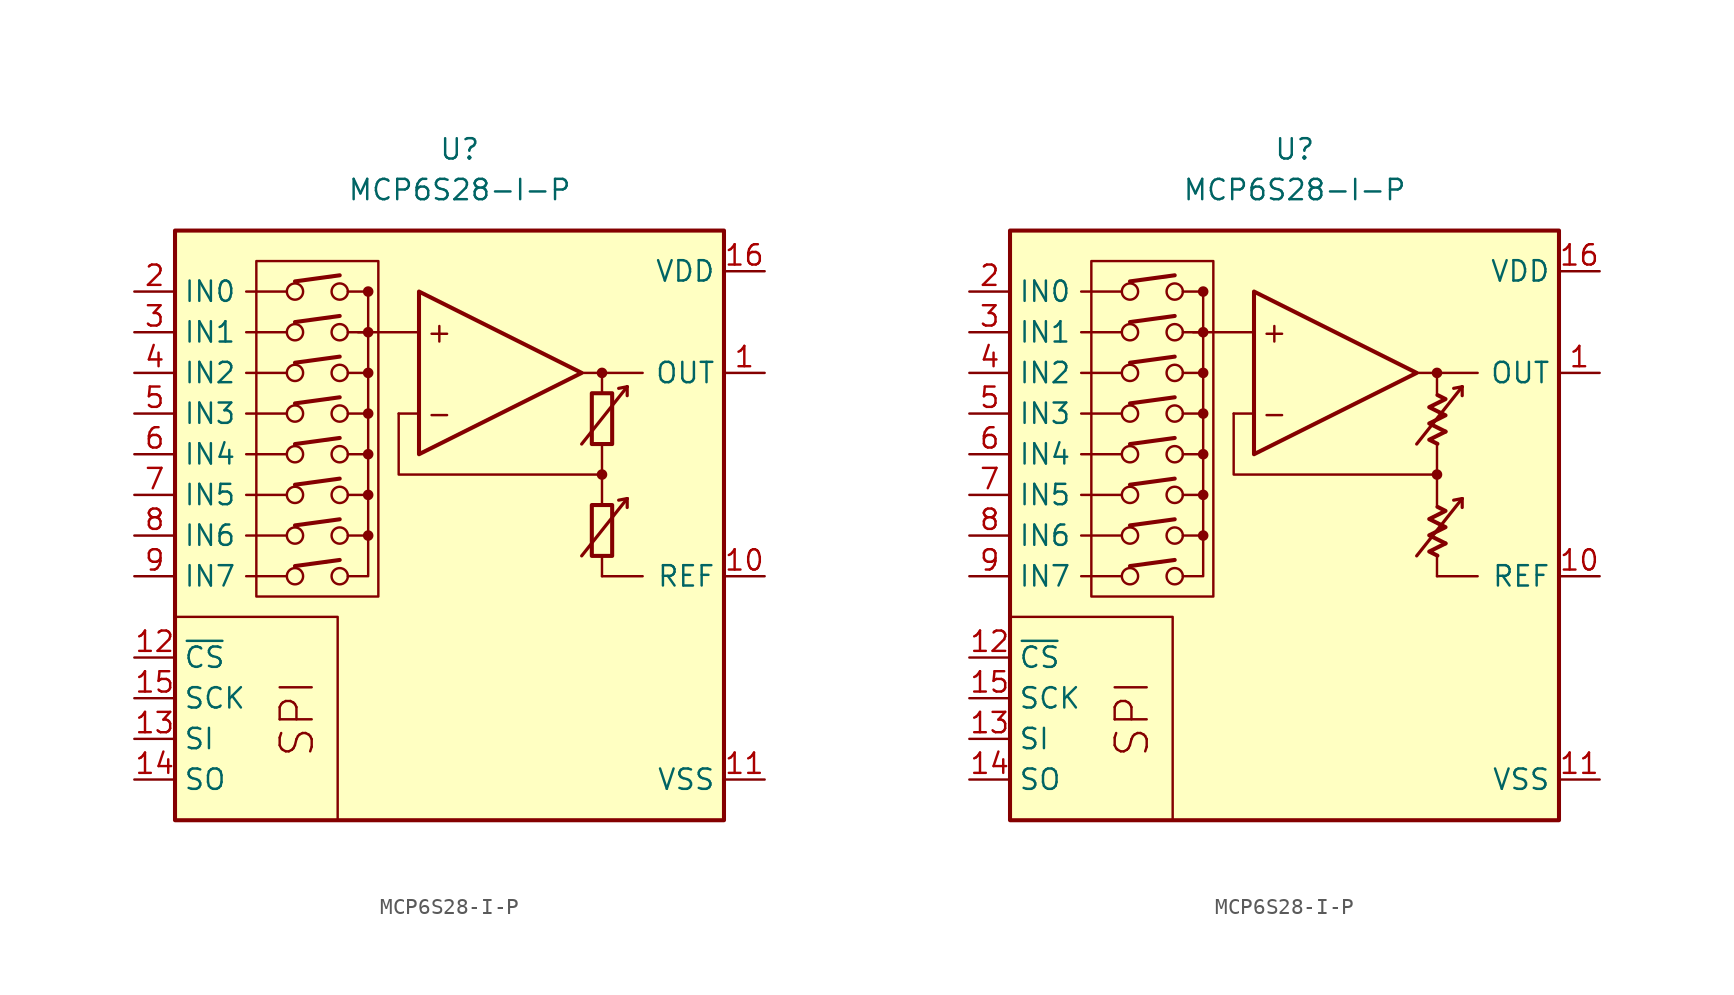
<source format=kicad_sym>
(kicad_symbol_lib
  (version 20231120)
  (generator "kicad_symbol_editor")
  (generator_version "8.0")
  (symbol "MCP6S28-I-P"
    (property "Reference" "U"
      (at 0 19.05 0)
      (effects (font (size 1.27 1.27))))
    (property "Value" "MCP6S28-I-P"
      (at 0 16.51 0)
      (effects (font (size 1.27 1.27))))
    (symbol "MCP6S28-I-P_0_0"
      (rectangle (start -17.78 13.97) (end 16.51 -22.86) (stroke (width 0.254) (type default)) (fill (type background)))
      (rectangle (start -12.7 12.065) (end -5.08 -8.89) (stroke (width 0.152) (type default)) (fill (type none)))
      (circle (center -10.287 -7.62) (radius 0.508) (stroke (width 0) (type default)) (fill (type none)))
      (circle (center -10.287 -5.08) (radius 0.508) (stroke (width 0) (type default)) (fill (type none)))
      (circle (center -10.287 -2.54) (radius 0.508) (stroke (width 0) (type default)) (fill (type none)))
      (circle (center -10.287 0) (radius 0.508) (stroke (width 0) (type default)) (fill (type none)))
      (circle (center -10.287 2.54) (radius 0.508) (stroke (width 0) (type default)) (fill (type none)))
      (circle (center -10.287 5.08) (radius 0.508) (stroke (width 0) (type default)) (fill (type none)))
      (circle (center -10.287 7.62) (radius 0.508) (stroke (width 0) (type default)) (fill (type none)))
      (circle (center -10.287 10.16) (radius 0.508) (stroke (width 0) (type default)) (fill (type none)))
      (circle (center -7.493 -7.62) (radius 0.508) (stroke (width 0) (type default)) (fill (type none)))
      (circle (center -7.493 -5.08) (radius 0.508) (stroke (width 0) (type default)) (fill (type none)))
      (circle (center -7.493 -2.54) (radius 0.508) (stroke (width 0) (type default)) (fill (type none)))
      (circle (center -7.493 0) (radius 0.508) (stroke (width 0) (type default)) (fill (type none)))
      (circle (center -7.493 2.54) (radius 0.508) (stroke (width 0) (type default)) (fill (type none)))
      (circle (center -7.493 5.08) (radius 0.508) (stroke (width 0) (type default)) (fill (type none)))
      (circle (center -7.493 7.62) (radius 0.508) (stroke (width 0) (type default)) (fill (type none)))
      (circle (center -7.493 10.16) (radius 0.508) (stroke (width 0) (type default)) (fill (type none)))
      (circle (center -5.715 -5.08) (radius 0.254) (stroke (width 0.152) (type default)) (fill (type outline)))
      (circle (center -5.715 -2.54) (radius 0.254) (stroke (width 0.152) (type default)) (fill (type outline)))
      (circle (center -5.715 0) (radius 0.254) (stroke (width 0.152) (type default)) (fill (type outline)))
      (circle (center -5.715 2.54) (radius 0.254) (stroke (width 0.152) (type default)) (fill (type outline)))
      (circle (center -5.715 5.08) (radius 0.254) (stroke (width 0.152) (type default)) (fill (type outline)))
      (circle (center -5.715 7.62) (radius 0.254) (stroke (width 0.152) (type default)) (fill (type outline)))
      (circle (center -5.715 10.16) (radius 0.254) (stroke (width 0.152) (type default)) (fill (type outline)))
      (polyline (pts (xy 8.89 -3.81)) (stroke (width 0.152) (type default)) (fill (type none)))
      (polyline (pts (xy 8.89 -3.81)) (stroke (width 0.152) (type default)) (fill (type none)))
      (polyline (pts (xy 8.89 -3.175)) (stroke (width 0.152) (type default)) (fill (type none)))
      (polyline (pts (xy 8.89 3.175)) (stroke (width 0.152) (type default)) (fill (type none)))
      (polyline (pts (xy 8.89 3.81)) (stroke (width 0.152) (type default)) (fill (type none)))
      (polyline (pts (xy 8.89 3.81)) (stroke (width 0.152) (type default)) (fill (type none)))
      (polyline (pts (xy -10.795 -7.62) (xy -13.335 -7.62)) (stroke (width 0.152) (type default)) (fill (type none)))
      (polyline (pts (xy -10.795 -5.08) (xy -13.335 -5.08)) (stroke (width 0.152) (type default)) (fill (type none)))
      (polyline (pts (xy -10.795 -2.54) (xy -13.335 -2.54)) (stroke (width 0.152) (type default)) (fill (type none)))
      (polyline (pts (xy -10.795 0) (xy -13.335 0)) (stroke (width 0.152) (type default)) (fill (type none)))
      (polyline (pts (xy -10.795 2.54) (xy -13.335 2.54)) (stroke (width 0.152) (type default)) (fill (type none)))
      (polyline (pts (xy -10.795 5.08) (xy -13.335 5.08)) (stroke (width 0.152) (type default)) (fill (type none)))
      (polyline (pts (xy -10.795 7.62) (xy -13.335 7.62)) (stroke (width 0.152) (type default)) (fill (type none)))
      (polyline (pts (xy -10.795 10.16) (xy -13.335 10.16)) (stroke (width 0.152) (type default)) (fill (type none)))
      (polyline (pts (xy -10.287 -6.985) (xy -7.493 -6.604)) (stroke (width 0.254) (type default)) (fill (type none)))
      (polyline (pts (xy -10.287 -4.445) (xy -7.493 -4.064)) (stroke (width 0.254) (type default)) (fill (type none)))
      (polyline (pts (xy -10.287 -1.905) (xy -7.493 -1.524)) (stroke (width 0.254) (type default)) (fill (type none)))
      (polyline (pts (xy -10.287 0.635) (xy -7.493 1.016)) (stroke (width 0.254) (type default)) (fill (type none)))
      (polyline (pts (xy -10.287 3.175) (xy -7.493 3.556)) (stroke (width 0.254) (type default)) (fill (type none)))
      (polyline (pts (xy -10.287 5.715) (xy -7.493 6.096)) (stroke (width 0.254) (type default)) (fill (type none)))
      (polyline (pts (xy -10.287 8.255) (xy -7.493 8.636)) (stroke (width 0.254) (type default)) (fill (type none)))
      (polyline (pts (xy -10.287 10.795) (xy -7.493 11.176)) (stroke (width 0.254) (type default)) (fill (type none)))
      (polyline (pts (xy -5.715 10.16) (xy -6.985 10.16)) (stroke (width 0.152) (type default)) (fill (type none)))
      (polyline (pts (xy -2.54 2.54) (xy -3.81 2.54)) (stroke (width 0.152) (type default)) (fill (type none)))
      (polyline (pts (xy -2.54 7.62) (xy -6.35 7.62)) (stroke (width 0.152) (type default)) (fill (type none)))
      (polyline (pts (xy 7.62 5.08) (xy 11.43 5.08)) (stroke (width 0.152) (type default)) (fill (type none)))
      (polyline (pts (xy 8.89 -6.35) (xy 8.89 -7.62)) (stroke (width 0.152) (type default)) (fill (type none)))
      (polyline (pts (xy 8.89 -1.27) (xy 8.89 -3.175)) (stroke (width 0.152) (type default)) (fill (type none)))
      (polyline (pts (xy 8.89 0.635) (xy 8.89 -1.27)) (stroke (width 0.152) (type default)) (fill (type none)))
      (polyline (pts (xy 8.89 5.08) (xy 8.89 3.81)) (stroke (width 0.152) (type default)) (fill (type none)))
      (polyline (pts (xy -7.62 -22.86) (xy -7.62 -10.16) (xy -17.78 -10.16)) (stroke (width 0.152) (type default)) (fill (type none)))
      (polyline (pts (xy -6.985 -7.62) (xy -5.715 -7.62) (xy -5.715 -5.08)) (stroke (width 0.152) (type default)) (fill (type none)))
      (polyline (pts (xy -6.985 -5.08) (xy -5.715 -5.08) (xy -5.715 -2.54)) (stroke (width 0.152) (type default)) (fill (type none)))
      (polyline (pts (xy -6.985 -2.54) (xy -5.715 -2.54) (xy -5.715 0)) (stroke (width 0.152) (type default)) (fill (type none)))
      (polyline (pts (xy -6.985 0) (xy -5.715 0) (xy -5.715 2.54)) (stroke (width 0.152) (type default)) (fill (type none)))
      (polyline (pts (xy -6.985 2.54) (xy -5.715 2.54) (xy -5.715 5.08)) (stroke (width 0.152) (type default)) (fill (type none)))
      (polyline (pts (xy -6.985 5.08) (xy -5.715 5.08) (xy -5.715 7.62)) (stroke (width 0.152) (type default)) (fill (type none)))
      (polyline (pts (xy -6.985 7.62) (xy -5.715 7.62) (xy -5.715 10.16)) (stroke (width 0.152) (type default)) (fill (type none)))
      (polyline (pts (xy 8.89 -1.27) (xy -3.81 -1.27) (xy -3.81 2.54)) (stroke (width 0.152) (type default)) (fill (type none)))
      (circle (center 8.89 -1.27) (radius 0.254) (stroke (width 0.152) (type default)) (fill (type outline)))
      (circle (center 8.89 5.08) (radius 0.254) (stroke (width 0.152) (type default)) (fill (type outline)))
      (text "+" (at -1.27 7.62 0) (effects (font (size 1.27 1.27))))
      (text "-" (at -1.27 2.54 0) (effects (font (size 1.27 1.27))))
      (text "SPI" (at -10.16 -16.51 900) (effects (font (size 2 2)))))
    (symbol "MCP6S28-I-P_0_1"
      (rectangle (start 8.255 -3.175) (end 9.525 -6.35) (stroke (width 0.254) (type default)) (fill (type none)))
      (rectangle (start 8.255 3.81) (end 9.525 0.635) (stroke (width 0.254) (type default)) (fill (type none))))
    (symbol "MCP6S28-I-P_0_2"
      (polyline (pts (xy 9.422 -5.572) (xy 8.406 -6.08) (xy 8.915 -6.333)) (stroke (width 0.254) (type default)) (fill (type none)))
      (polyline (pts (xy 9.422 1.413) (xy 8.406 0.905) (xy 8.915 0.651)) (stroke (width 0.254) (type default)) (fill (type none)))
      (polyline (pts (xy 8.915 -3.285) (xy 9.422 -3.539) (xy 8.406 -4.048) (xy 9.422 -4.556) (xy 8.406 -5.064) (xy 9.422 -5.572)) (stroke (width 0.254) (type default)) (fill (type none)))
      (polyline (pts (xy 8.915 3.7) (xy 9.422 3.446) (xy 8.406 2.938) (xy 9.422 2.429) (xy 8.406 1.921) (xy 9.422 1.413)) (stroke (width 0.254) (type default)) (fill (type none))))
    (symbol "MCP6S28-I-P_1_0"
      (polyline (pts (xy 8.89 -7.62) (xy 11.43 -7.62)) (stroke (width 0) (type default)) (fill (type none)))
      (polyline (pts (xy 10.465 -2.769) (xy 9.931 -2.87)) (stroke (width 0.2) (type default)) (fill (type none)))
      (polyline (pts (xy 10.465 -2.769) (xy 10.465 -3.327)) (stroke (width 0.2) (type default)) (fill (type none)))
      (polyline (pts (xy 10.465 4.216) (xy 9.931 4.115)) (stroke (width 0.2) (type default)) (fill (type none)))
      (polyline (pts (xy 10.465 4.216) (xy 10.465 3.658)) (stroke (width 0.2) (type default)) (fill (type none)))
      (polyline (pts (xy -2.54 10.16) (xy -2.54 0) (xy 7.62 5.08) (xy -2.54 10.16)) (stroke (width 0.254) (type default)) (fill (type background)))
      (polyline (pts (xy 7.62 -6.35) (xy 10.465 -2.769) (xy 10.465 -2.769) (xy 10.465 -2.769)) (stroke (width 0.2) (type default)) (fill (type none)))
      (polyline (pts (xy 7.62 0.635) (xy 10.465 4.216) (xy 10.465 4.216) (xy 10.465 4.216)) (stroke (width 0.2) (type default)) (fill (type none))))
    (symbol "MCP6S28-I-P_1_1"
      (pin output line (at 19.05 5.08 180) (length 2.54) (name "OUT" (effects (font (size 1.27 1.27)))) (number "1" (effects (font (size 1.27 1.27)))))
      (pin passive line (at 19.05 -7.62 180) (length 2.54) (name "REF" (effects (font (size 1.27 1.27)))) (number "10" (effects (font (size 1.27 1.27)))))
      (pin power_in line (at 19.05 -20.32 180) (length 2.54) (name "VSS" (effects (font (size 1.27 1.27)))) (number "11" (effects (font (size 1.27 1.27)))))
      (pin input line (at -20.32 -12.7 0) (length 2.54) (name "~{CS}" (effects (font (size 1.27 1.27)))) (number "12" (effects (font (size 1.27 1.27)))))
      (pin input line (at -20.32 -17.78 0) (length 2.54) (name "SI" (effects (font (size 1.27 1.27)))) (number "13" (effects (font (size 1.27 1.27)))))
      (pin output line (at -20.32 -20.32 0) (length 2.54) (name "SO" (effects (font (size 1.27 1.27)))) (number "14" (effects (font (size 1.27 1.27)))))
      (pin input line (at -20.32 -15.24 0) (length 2.54) (name "SCK" (effects (font (size 1.27 1.27)))) (number "15" (effects (font (size 1.27 1.27)))))
      (pin power_in line (at 19.05 11.43 180) (length 2.54) (name "VDD" (effects (font (size 1.27 1.27)))) (number "16" (effects (font (size 1.27 1.27)))))
      (pin input line (at -20.32 10.16 0) (length 2.54) (name "IN0" (effects (font (size 1.27 1.27)))) (number "2" (effects (font (size 1.27 1.27)))))
      (pin input line (at -20.32 7.62 0) (length 2.54) (name "IN1" (effects (font (size 1.27 1.27)))) (number "3" (effects (font (size 1.27 1.27)))))
      (pin input line (at -20.32 5.08 0) (length 2.54) (name "IN2" (effects (font (size 1.27 1.27)))) (number "4" (effects (font (size 1.27 1.27)))))
      (pin input line (at -20.32 2.54 0) (length 2.54) (name "IN3" (effects (font (size 1.27 1.27)))) (number "5" (effects (font (size 1.27 1.27)))))
      (pin input line (at -20.32 0 0) (length 2.54) (name "IN4" (effects (font (size 1.27 1.27)))) (number "6" (effects (font (size 1.27 1.27)))))
      (pin input line (at -20.32 -2.54 0) (length 2.54) (name "IN5" (effects (font (size 1.27 1.27)))) (number "7" (effects (font (size 1.27 1.27)))))
      (pin input line (at -20.32 -5.08 0) (length 2.54) (name "IN6" (effects (font (size 1.27 1.27)))) (number "8" (effects (font (size 1.27 1.27)))))
      (pin input line (at -20.32 -7.62 0) (length 2.54) (name "IN7" (effects (font (size 1.27 1.27)))) (number "9" (effects (font (size 1.27 1.27))))))
    (symbol "MCP6S28-I-P_1_2"
      (pin output line (at 19.05 5.08 180) (length 2.54) (name "OUT" (effects (font (size 1.27 1.27)))) (number "1" (effects (font (size 1.27 1.27)))))
      (pin passive line (at 19.05 -7.62 180) (length 2.54) (name "REF" (effects (font (size 1.27 1.27)))) (number "10" (effects (font (size 1.27 1.27)))))
      (pin power_in line (at 19.05 -20.32 180) (length 2.54) (name "VSS" (effects (font (size 1.27 1.27)))) (number "11" (effects (font (size 1.27 1.27)))))
      (pin input line (at -20.32 -12.7 0) (length 2.54) (name "~{CS}" (effects (font (size 1.27 1.27)))) (number "12" (effects (font (size 1.27 1.27)))))
      (pin input line (at -20.32 -17.78 0) (length 2.54) (name "SI" (effects (font (size 1.27 1.27)))) (number "13" (effects (font (size 1.27 1.27)))))
      (pin output line (at -20.32 -20.32 0) (length 2.54) (name "SO" (effects (font (size 1.27 1.27)))) (number "14" (effects (font (size 1.27 1.27)))))
      (pin input line (at -20.32 -15.24 0) (length 2.54) (name "SCK" (effects (font (size 1.27 1.27)))) (number "15" (effects (font (size 1.27 1.27)))))
      (pin power_in line (at 19.05 11.43 180) (length 2.54) (name "VDD" (effects (font (size 1.27 1.27)))) (number "16" (effects (font (size 1.27 1.27)))))
      (pin input line (at -20.32 10.16 0) (length 2.54) (name "IN0" (effects (font (size 1.27 1.27)))) (number "2" (effects (font (size 1.27 1.27)))))
      (pin input line (at -20.32 7.62 0) (length 2.54) (name "IN1" (effects (font (size 1.27 1.27)))) (number "3" (effects (font (size 1.27 1.27)))))
      (pin input line (at -20.32 5.08 0) (length 2.54) (name "IN2" (effects (font (size 1.27 1.27)))) (number "4" (effects (font (size 1.27 1.27)))))
      (pin input line (at -20.32 2.54 0) (length 2.54) (name "IN3" (effects (font (size 1.27 1.27)))) (number "5" (effects (font (size 1.27 1.27)))))
      (pin input line (at -20.32 0 0) (length 2.54) (name "IN4" (effects (font (size 1.27 1.27)))) (number "6" (effects (font (size 1.27 1.27)))))
      (pin input line (at -20.32 -2.54 0) (length 2.54) (name "IN5" (effects (font (size 1.27 1.27)))) (number "7" (effects (font (size 1.27 1.27)))))
      (pin input line (at -20.32 -5.08 0) (length 2.54) (name "IN6" (effects (font (size 1.27 1.27)))) (number "8" (effects (font (size 1.27 1.27)))))
      (pin input line (at -20.32 -7.62 0) (length 2.54) (name "IN7" (effects (font (size 1.27 1.27)))) (number "9" (effects (font (size 1.27 1.27))))))))
</source>
